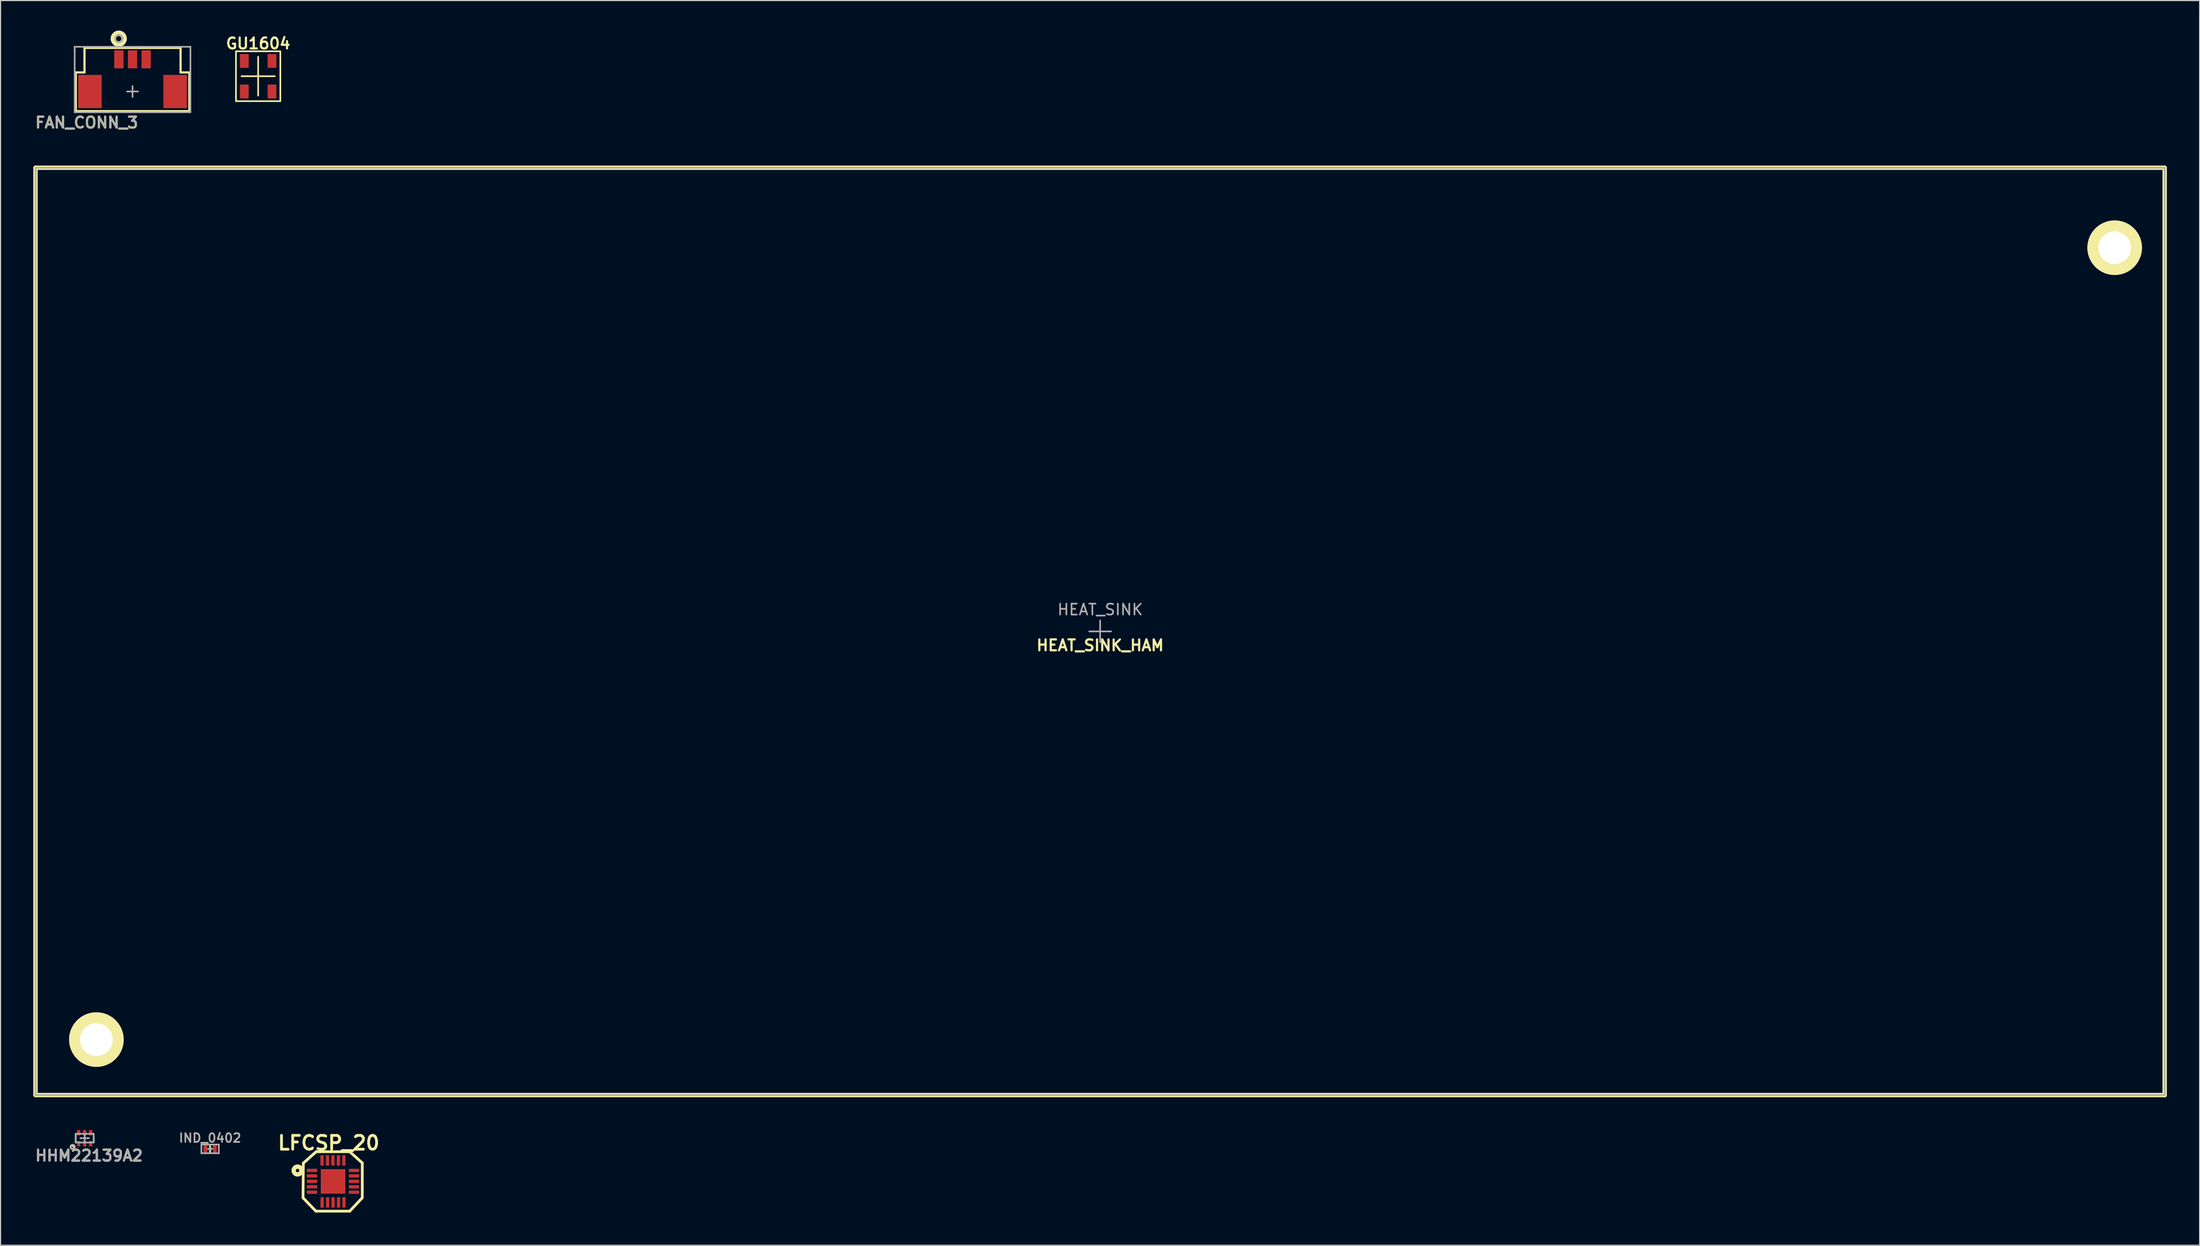
<source format=kicad_pcb>
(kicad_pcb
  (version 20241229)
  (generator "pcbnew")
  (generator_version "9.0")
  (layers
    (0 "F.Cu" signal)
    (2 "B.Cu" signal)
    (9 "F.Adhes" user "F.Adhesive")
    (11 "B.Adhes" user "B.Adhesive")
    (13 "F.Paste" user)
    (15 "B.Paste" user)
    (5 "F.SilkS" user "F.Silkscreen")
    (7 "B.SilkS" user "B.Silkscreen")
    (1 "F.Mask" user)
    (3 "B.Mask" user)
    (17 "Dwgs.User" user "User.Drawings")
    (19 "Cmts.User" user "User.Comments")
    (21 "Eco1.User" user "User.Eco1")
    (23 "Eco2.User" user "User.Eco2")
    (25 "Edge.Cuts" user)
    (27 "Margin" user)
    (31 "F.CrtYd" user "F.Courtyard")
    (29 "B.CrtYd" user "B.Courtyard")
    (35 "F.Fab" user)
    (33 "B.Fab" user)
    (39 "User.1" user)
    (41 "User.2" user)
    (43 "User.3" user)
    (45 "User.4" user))
  (footprint "HEAT_SINK_HAM"
    (layer "F.Cu")
    (at 97.713 54.824)
    (property "Reference" "HEAT_SINK_HAM" (at 0 1.28 0) (layer "F.SilkS") (effects (font (size 1 1) (thickness 0.2))))
    (attr smd)
    (fp_line (start -97.513 42.5) (end -97.513 -42.5) (stroke (width 0.4) (type solid)) (layer "F.SilkS"))
    (fp_line (start -97.5 -42.5) (end 97.5 -42.5) (stroke (width 0.4) (type solid)) (layer "F.SilkS"))
    (fp_line (start 97.5 -42.5) (end 97.5 42.5) (stroke (width 0.4) (type solid)) (layer "F.SilkS"))
    (fp_line (start 97.5 42.5) (end -97.5 42.5) (stroke (width 0.4) (type solid)) (layer "F.SilkS"))
    (fp_line (start -97.5 -42.5) (end 97.5 -42.5) (stroke (width 0.15) (type solid)) (layer "F.Fab"))
    (fp_line (start -97.5 42.5) (end -97.5 -42.5) (stroke (width 0.15) (type solid)) (layer "F.Fab"))
    (fp_line (start -1 0) (end 1 0) (stroke (width 0.15) (type solid)) (layer "F.Fab"))
    (fp_line (start 0 -1) (end 0 1) (stroke (width 0.15) (type solid)) (layer "F.Fab"))
    (fp_line (start 97.5 -42.5) (end 97.5 42.5) (stroke (width 0.15) (type solid)) (layer "F.Fab"))
    (fp_line (start 97.5 42.5) (end -97.5 42.5) (stroke (width 0.15) (type solid)) (layer "F.Fab"))
    (fp_text user "HEAT_SINK" (at 0 -2 0) (layer "F.Fab") (effects (font (size 1 1) (thickness 0.15))))
    (pad "1" thru_hole circle (at -91.935 37.414) (size 5 5) (drill 3) (layers "*.Cu" "*.Mask" "F.SilkS"))
    (pad "1" thru_hole circle (at 92.92 -35.17) (size 5 5) (drill 3) (layers "*.Cu" "*.Mask" "F.SilkS")))
  (footprint "HHM22139A2"
    (layer "F.Cu")
    (at 4.705 101.274)
    (property "Reference" "HHM22139A2" (at 0.4 1.6 0) (layer "F.SilkS") (effects (font (size 1 1) (thickness 0.2))))
    (attr through_hole)
    (fp_line (start -0.82 -0.4) (end -0.82 0.4) (stroke (width 0.15) (type solid)) (layer "F.SilkS"))
    (fp_line (start 0.82 -0.4) (end 0.82 0.4) (stroke (width 0.15) (type solid)) (layer "F.SilkS"))
    (fp_circle (center -1.14 0.84) (end -1.033 0.94) (stroke (width 0.152) (type solid)) (fill no) (layer "F.SilkS"))
    (fp_line (start -0.82 -0.4) (end -0.82 0.4) (stroke (width 0.15) (type solid)) (layer "F.Fab"))
    (fp_line (start -0.82 -0.4) (end 0.82 -0.4) (stroke (width 0.15) (type solid)) (layer "F.Fab"))
    (fp_line (start -0.82 0.4) (end 0.82 0.4) (stroke (width 0.15) (type solid)) (layer "F.Fab"))
    (fp_line (start -0.4 0) (end 0.4 0) (stroke (width 0.15) (type solid)) (layer "F.Fab"))
    (fp_line (start 0 -0.4) (end 0 0.4) (stroke (width 0.15) (type solid)) (layer "F.Fab"))
    (fp_line (start 0.82 -0.4) (end 0.82 0.4) (stroke (width 0.15) (type solid)) (layer "F.Fab"))
    (fp_circle (center -1.1 0.8) (end -0.9 0.8) (stroke (width 0.15) (type solid)) (fill no) (layer "F.Fab"))
    (fp_text user "${REFERENCE}" (at 0.4 1.6 0) (layer "F.Fab") (effects (font (size 1 1) (thickness 0.2))))
    (pad "1" smd rect (at -0.55 0.5) (size 0.3 0.5) (layers "F.Cu" "F.Mask" "F.Paste"))
    (pad "2" smd rect (at 0 0.5) (size 0.3 0.5) (layers "F.Cu" "F.Mask" "F.Paste"))
    (pad "3" smd rect (at 0.55 0.5) (size 0.3 0.5) (layers "F.Cu" "F.Mask" "F.Paste"))
    (pad "4" smd rect (at 0.55 -0.5) (size 0.3 0.5) (layers "F.Cu" "F.Mask" "F.Paste"))
    (pad "5" smd rect (at 0 -0.5) (size 0.3 0.5) (layers "F.Cu" "F.Mask" "F.Paste"))
    (pad "6" smd rect (at -0.55 -0.5) (size 0.3 0.5) (layers "F.Cu" "F.Mask" "F.Paste")))
  (footprint "LFCSP_20"
    (layer "F.Cu")
    (at 27.455 105.239)
    (property "Reference" "LFCSP_20" (at -0.399 -3.526 0) (layer "F.SilkS") (effects (font (size 1.27 1.27) (thickness 0.254))))
    (attr through_hole)
    (fp_line (start -2.751 1.501) (end -2.725 -1.674) (stroke (width 0.254) (type solid)) (layer "F.SilkS"))
    (fp_line (start -2.725 -1.674) (end -1.549 -2.725) (stroke (width 0.254) (type solid)) (layer "F.SilkS"))
    (fp_line (start -1.575 2.725) (end -2.751 1.501) (stroke (width 0.254) (type solid)) (layer "F.SilkS"))
    (fp_line (start -1.549 -2.725) (end 1.524 -2.725) (stroke (width 0.254) (type solid)) (layer "F.SilkS"))
    (fp_line (start 1.524 -2.725) (end 2.675 -1.699) (stroke (width 0.254) (type solid)) (layer "F.SilkS"))
    (fp_line (start 1.524 2.725) (end -1.575 2.725) (stroke (width 0.254) (type solid)) (layer "F.SilkS"))
    (fp_line (start 2.675 -1.699) (end 2.675 1.501) (stroke (width 0.254) (type solid)) (layer "F.SilkS"))
    (fp_line (start 2.675 1.501) (end 1.524 2.725) (stroke (width 0.254) (type solid)) (layer "F.SilkS"))
    (fp_circle (center -3.251 -1.001) (end -3.101 -0.95) (stroke (width 0.399) (type solid)) (fill no) (layer "F.SilkS"))
    (pad "1" smd rect (at -1.93 -1.008) (size 0.95 0.3) (layers "F.Cu" "F.Mask" "F.Paste"))
    (pad "2" smd rect (at -1.93 -0.508) (size 0.95 0.3) (layers "F.Cu" "F.Mask" "F.Paste"))
    (pad "3" smd rect (at -1.93 -0.008) (size 0.95 0.3) (layers "F.Cu" "F.Mask" "F.Paste"))
    (pad "4" smd rect (at -1.93 0.493) (size 0.95 0.3) (layers "F.Cu" "F.Mask" "F.Paste"))
    (pad "5" smd rect (at -1.93 0.991) (size 0.95 0.3) (layers "F.Cu" "F.Mask" "F.Paste"))
    (pad "6" smd rect (at -1.001 1.923) (size 0.3 0.95) (layers "F.Cu" "F.Mask" "F.Paste"))
    (pad "7" smd rect (at -0.5 1.923) (size 0.3 0.95) (layers "F.Cu" "F.Mask" "F.Paste"))
    (pad "8" smd rect (at 0 1.923) (size 0.3 0.95) (layers "F.Cu" "F.Mask" "F.Paste"))
    (pad "9" smd rect (at 0.5 1.923) (size 0.3 0.95) (layers "F.Cu" "F.Mask" "F.Paste"))
    (pad "10" smd rect (at 0.998 1.923) (size 0.3 0.95) (layers "F.Cu" "F.Mask" "F.Paste"))
    (pad "11" smd rect (at 1.92 0.991) (size 0.95 0.3) (layers "F.Cu" "F.Mask" "F.Paste"))
    (pad "12" smd rect (at 1.92 0.493) (size 0.95 0.3) (layers "F.Cu" "F.Mask" "F.Paste"))
    (pad "13" smd rect (at 1.92 -0.008) (size 0.95 0.3) (layers "F.Cu" "F.Mask" "F.Paste"))
    (pad "14" smd rect (at 1.92 -0.508) (size 0.95 0.3) (layers "F.Cu" "F.Mask" "F.Paste"))
    (pad "15" smd rect (at 1.92 -1.008) (size 0.95 0.3) (layers "F.Cu" "F.Mask" "F.Paste"))
    (pad "16" smd rect (at 0.988 -1.928) (size 0.3 0.95) (layers "F.Cu" "F.Mask" "F.Paste"))
    (pad "17" smd rect (at 0.49 -1.928) (size 0.3 0.95) (layers "F.Cu" "F.Mask" "F.Paste"))
    (pad "18" smd rect (at -0.01 -1.928) (size 0.3 0.95) (layers "F.Cu" "F.Mask" "F.Paste"))
    (pad "19" smd rect (at -0.511 -1.928) (size 0.3 0.95) (layers "F.Cu" "F.Mask" "F.Paste"))
    (pad "20" smd rect (at -1.011 -1.928) (size 0.3 0.95) (layers "F.Cu" "F.Mask" "F.Paste"))
    (pad "21" smd rect (at 0 0) (size 2.25 2.25) (layers "F.Cu" "F.Mask" "F.Paste")))
  (footprint "IND_0402"
    (layer "F.Cu")
    (at 16.193 102.256)
    (property "Reference" "IND_0402" (at 0 -1 0) (layer "F.SilkS") (effects (font (size 0.8 0.8) (thickness 0.125))))
    (attr through_hole)
    (fp_line (start 0 -0.249) (end 0 0.249) (stroke (width 0.196) (type solid)) (layer "F.SilkS"))
    (fp_line (start -0.8 -0.4) (end 0.8 -0.4) (stroke (width 0.15) (type solid)) (layer "F.Fab"))
    (fp_line (start -0.8 0.4) (end -0.8 -0.4) (stroke (width 0.15) (type solid)) (layer "F.Fab"))
    (fp_line (start -0.2 0) (end 0.2 0) (stroke (width 0.15) (type solid)) (layer "F.Fab"))
    (fp_line (start 0 -0.2) (end 0 0.2) (stroke (width 0.15) (type solid)) (layer "F.Fab"))
    (fp_line (start 0.8 -0.4) (end 0.8 0.4) (stroke (width 0.15) (type solid)) (layer "F.Fab"))
    (fp_line (start 0.8 0.4) (end -0.8 0.4) (stroke (width 0.15) (type solid)) (layer "F.Fab"))
    (fp_text user "${REFERENCE}" (at 0 -1 0) (layer "F.Fab") (effects (font (size 0.8 0.8) (thickness 0.15))))
    (pad "1" smd rect (at -0.432 0) (size 0.356 0.658) (layers "F.Cu" "F.Mask" "F.Paste"))
    (pad "2" smd rect (at 0.432 0) (size 0.356 0.658) (layers "F.Cu" "F.Mask" "F.Paste")))
  (footprint "FAN_CONN_3"
    (layer "F.Cu")
    (at 9.09 5.338)
    (property "Reference" "FAN_CONN_3" (at -4.2 2.85 0) (layer "F.SilkS") (effects (font (size 1 1) (thickness 0.2))))
    (attr smd)
    (fp_line (start -5.2 -1.75) (end -5.2 1.8) (stroke (width 0.2) (type solid)) (layer "F.SilkS"))
    (fp_line (start -5.2 1.8) (end 5.2 1.8) (stroke (width 0.2) (type solid)) (layer "F.SilkS"))
    (fp_line (start -4.4 -4) (end -4.4 -1.75) (stroke (width 0.2) (type solid)) (layer "F.SilkS"))
    (fp_line (start -4.4 -1.75) (end -5.2 -1.75) (stroke (width 0.2) (type solid)) (layer "F.SilkS"))
    (fp_line (start 0.7 -4) (end -4.4 -4) (stroke (width 0.2) (type solid)) (layer "F.SilkS"))
    (fp_line (start 4.4 -4) (end 0.7 -4) (stroke (width 0.2) (type solid)) (layer "F.SilkS"))
    (fp_line (start 4.4 -3.8) (end 4.4 -4) (stroke (width 0.2) (type solid)) (layer "F.SilkS"))
    (fp_line (start 4.4 -1.75) (end 4.4 -3.8) (stroke (width 0.2) (type solid)) (layer "F.SilkS"))
    (fp_line (start 5.2 -1.75) (end 4.4 -1.75) (stroke (width 0.2) (type solid)) (layer "F.SilkS"))
    (fp_line (start 5.2 -1.7) (end 5.2 -1.75) (stroke (width 0.2) (type solid)) (layer "F.SilkS"))
    (fp_line (start 5.2 1.8) (end 5.2 -1.7) (stroke (width 0.2) (type solid)) (layer "F.SilkS"))
    (fp_circle (center -1.264 -4.844) (end -1.036 -4.758) (stroke (width 0.5) (type solid)) (fill no) (layer "F.SilkS"))
    (fp_line (start -5.3 -4.1) (end 5.3 -4.1) (stroke (width 0.15) (type solid)) (layer "F.Fab"))
    (fp_line (start -5.3 1.9) (end -5.3 -4.1) (stroke (width 0.15) (type solid)) (layer "F.Fab"))
    (fp_line (start -0.5 0) (end 0.5 0) (stroke (width 0.15) (type solid)) (layer "F.Fab"))
    (fp_line (start 0 -0.5) (end 0 0.5) (stroke (width 0.15) (type solid)) (layer "F.Fab"))
    (fp_line (start 5.3 -4.1) (end 5.3 1.9) (stroke (width 0.15) (type solid)) (layer "F.Fab"))
    (fp_line (start 5.3 1.9) (end -5.3 1.9) (stroke (width 0.15) (type solid)) (layer "F.Fab"))
    (fp_circle (center -1.25 -4.85) (end -1 -4.6) (stroke (width 0.15) (type solid)) (fill no) (layer "F.Fab"))
    (fp_text user "${REFERENCE}" (at -4.2 2.85 0) (layer "F.Fab") (effects (font (size 1 1) (thickness 0.15))))
    (pad "1" smd rect (at -1.25 -2.95) (size 0.85 1.65) (layers "F.Cu" "F.Mask" "F.Paste"))
    (pad "2" smd rect (at 0 -2.95) (size 0.85 1.65) (layers "F.Cu" "F.Mask" "F.Paste"))
    (pad "3" smd rect (at 1.25 -2.95) (size 0.85 1.65) (layers "F.Cu" "F.Mask" "F.Paste"))
    (pad "4" smd rect (at 3.9 0) (size 2.15 3.05) (layers "F.Cu" "F.Mask" "F.Paste"))
    (pad "5" smd rect (at -3.9 0) (size 2.15 3.05) (layers "F.Cu" "F.Mask" "F.Paste")))
  (footprint "GU1604"
    (layer "F.Cu")
    (at 20.594 3.936)
    (property "Reference" "GU1604" (at 0 -3 0) (layer "F.SilkS") (effects (font (size 1 1) (thickness 0.2))))
    (attr through_hole)
    (fp_line (start -2.032 -2.286) (end -2.032 2.286) (stroke (width 0.15) (type solid)) (layer "F.SilkS"))
    (fp_line (start -2.032 2.286) (end 2.032 2.286) (stroke (width 0.15) (type solid)) (layer "F.SilkS"))
    (fp_line (start -1.524 0) (end 1.524 0) (stroke (width 0.15) (type solid)) (layer "F.SilkS"))
    (fp_line (start 0 -1.778) (end 0 1.778) (stroke (width 0.15) (type solid)) (layer "F.SilkS"))
    (fp_line (start 2.032 -2.286) (end -2.032 -2.286) (stroke (width 0.15) (type solid)) (layer "F.SilkS"))
    (fp_line (start 2.032 2.286) (end 2.032 -2.286) (stroke (width 0.15) (type solid)) (layer "F.SilkS"))
    (pad "1" smd rect (at 1.27 -1.4) (size 0.8 1.27) (layers "F.Cu" "F.Mask" "F.Paste"))
    (pad "2" smd rect (at -1.27 -1.4) (size 0.8 1.27) (layers "F.Cu" "F.Mask" "F.Paste"))
    (pad "3" smd rect (at -1.27 1.4) (size 0.8 1.27) (layers "F.Cu" "F.Mask" "F.Paste"))
    (pad "4" smd rect (at 1.27 1.4) (size 0.8 1.27) (layers "F.Cu" "F.Mask" "F.Paste")))
  (gr_rect
    (start -3 -3)
    (end 198.413 111.091)
    (stroke (width 0.1) (type default))
    (fill no)
    (layer "Edge.Cuts")))
</source>
